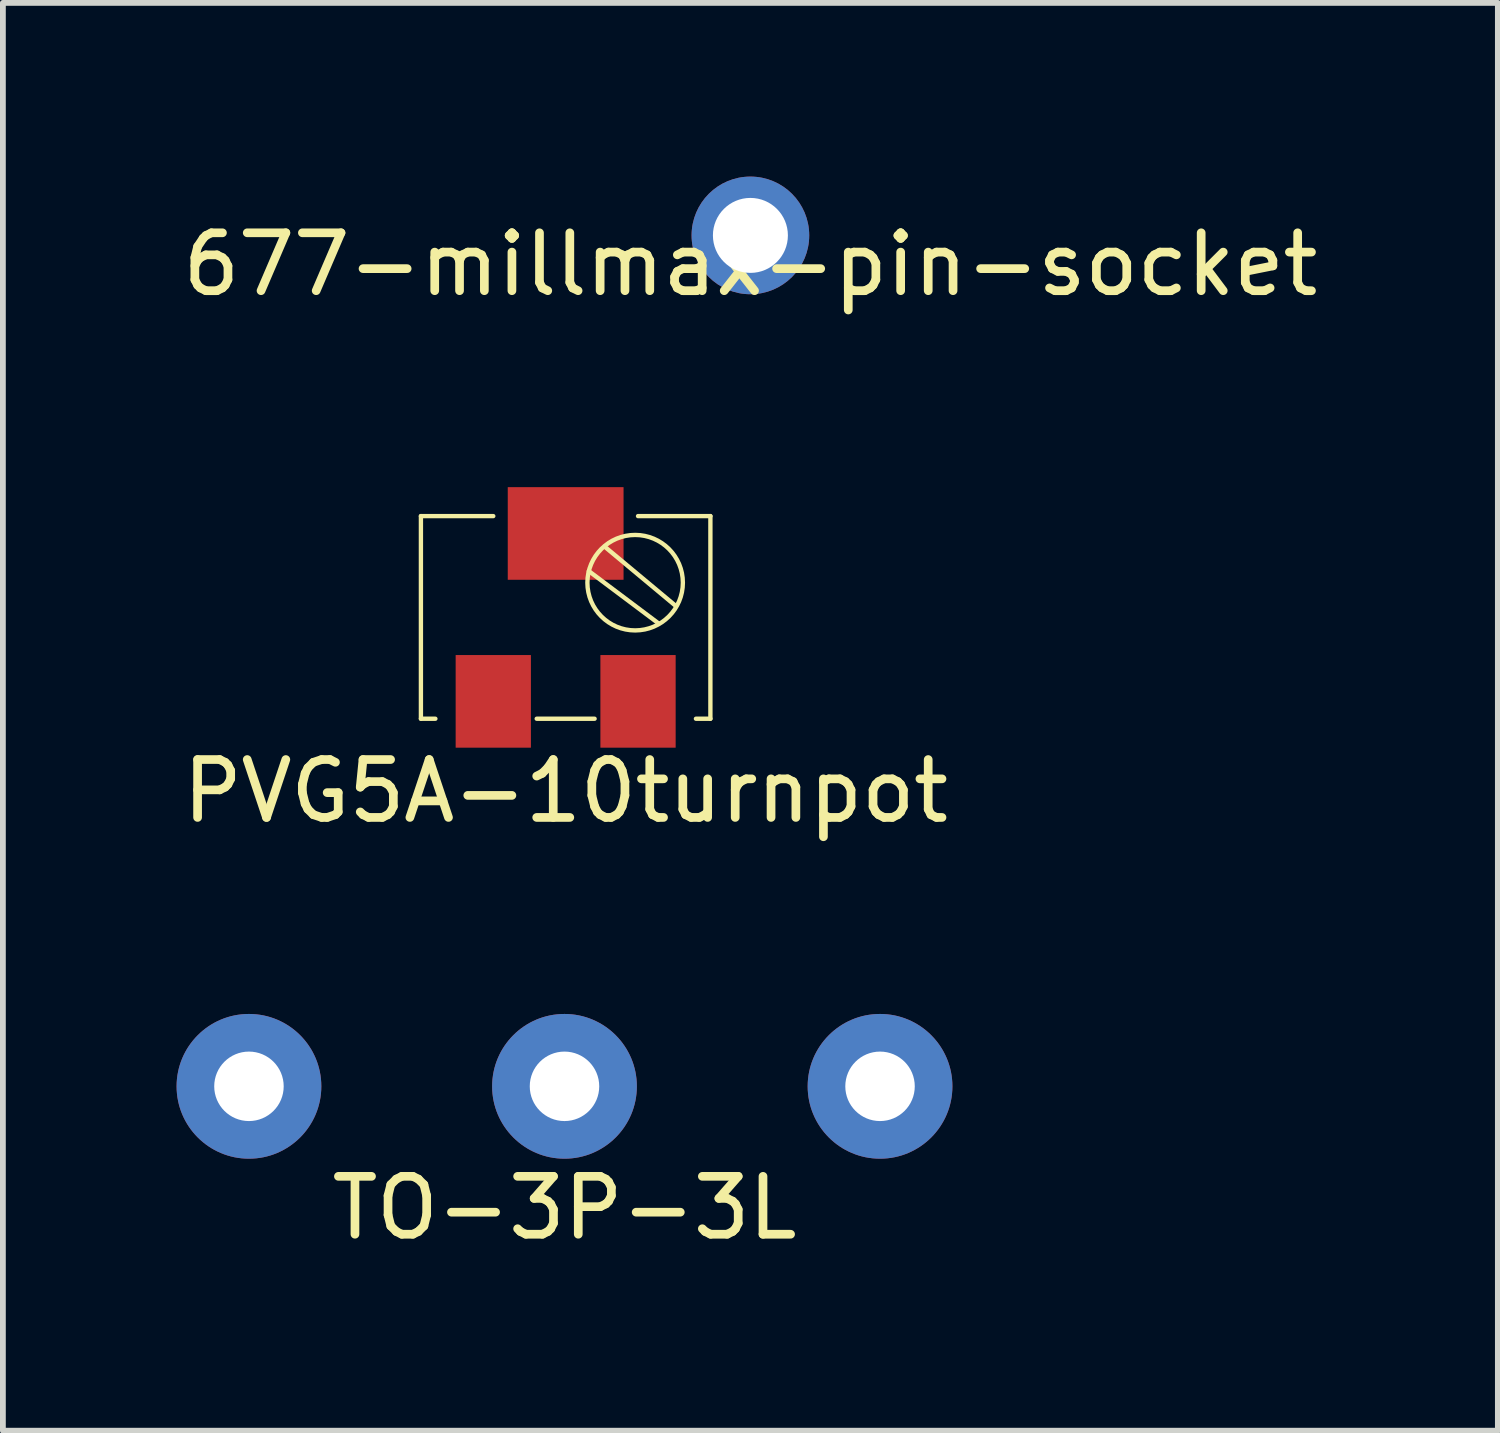
<source format=kicad_pcb>
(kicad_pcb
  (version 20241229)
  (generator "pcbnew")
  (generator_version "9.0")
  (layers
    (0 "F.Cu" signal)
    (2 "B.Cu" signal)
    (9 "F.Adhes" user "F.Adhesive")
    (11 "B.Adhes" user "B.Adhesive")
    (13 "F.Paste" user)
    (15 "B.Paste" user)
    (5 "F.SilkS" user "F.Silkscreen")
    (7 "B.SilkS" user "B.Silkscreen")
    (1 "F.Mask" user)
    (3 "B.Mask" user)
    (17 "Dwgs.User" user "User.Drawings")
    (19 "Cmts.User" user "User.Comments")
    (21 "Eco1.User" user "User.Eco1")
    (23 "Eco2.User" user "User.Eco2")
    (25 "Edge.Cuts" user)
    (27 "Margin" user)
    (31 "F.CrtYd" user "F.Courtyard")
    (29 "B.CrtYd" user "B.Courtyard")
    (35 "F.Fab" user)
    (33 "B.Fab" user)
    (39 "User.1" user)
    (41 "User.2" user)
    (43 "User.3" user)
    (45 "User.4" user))
  (footprint "PVG5A-10turnpot"
    (layer "F.Cu")
    (at 6.72 7.614)
    (property "Reference" "PVG5A-10turnpot" (at 0 3 0) (layer "F.SilkS") (effects (font (size 1 1) (thickness 0.15))))
    (attr through_hole)
    (fp_line (start -2.5 -1.75) (end -2.5 1.75) (stroke (width 0.075) (type solid)) (layer "F.SilkS"))
    (fp_line (start -2.5 1.75) (end -2.25 1.75) (stroke (width 0.075) (type solid)) (layer "F.SilkS"))
    (fp_line (start -1.25 -1.75) (end -2.5 -1.75) (stroke (width 0.075) (type solid)) (layer "F.SilkS"))
    (fp_line (start -0.5 1.75) (end 0.5 1.75) (stroke (width 0.075) (type solid)) (layer "F.SilkS"))
    (fp_line (start 0.4 -0.8) (end 1.6 0.1) (stroke (width 0.075) (type solid)) (layer "F.SilkS"))
    (fp_line (start 0.7 -1.2) (end 1.9 -0.2) (stroke (width 0.075) (type solid)) (layer "F.SilkS"))
    (fp_line (start 2.25 1.75) (end 2.5 1.75) (stroke (width 0.075) (type solid)) (layer "F.SilkS"))
    (fp_line (start 2.5 -1.75) (end 1.25 -1.75) (stroke (width 0.075) (type solid)) (layer "F.SilkS"))
    (fp_line (start 2.5 1.75) (end 2.5 -1.75) (stroke (width 0.075) (type solid)) (layer "F.SilkS"))
    (fp_circle (center 1.2 -0.6) (end 1.4 0.2) (stroke (width 0.075) (type solid)) (fill no) (layer "F.SilkS"))
    (pad "1" smd rect (at -1.25 1.45) (size 1.3 1.6) (layers "F.Cu" "F.Mask" "F.Paste"))
    (pad "2" smd rect (at 0 -1.45) (size 2 1.6) (layers "F.Cu" "F.Mask" "F.Paste"))
    (pad "3" smd rect (at 1.25 1.45) (size 1.3 1.6) (layers "F.Cu" "F.Mask" "F.Paste")))
  (footprint "677-millmax-pin-socket"
    (layer "F.Cu")
    (at 9.911 1.016)
    (property "Reference" "677-millmax-pin-socket" (at 0 0.5 0) (layer "F.SilkS") (effects (font (size 1 1) (thickness 0.15))))
    (attr through_hole)
    (pad "1" thru_hole circle (at 0 0) (size 2.032 2.032) (drill 1.295) (layers "*.Cu" "*.Mask")))
  (footprint "TO-3P-3L"
    (layer "F.Cu")
    (at 6.7 15.713)
    (property "Reference" "TO-3P-3L" (at 0 2.1 0) (layer "F.SilkS") (effects (font (size 1 1) (thickness 0.15))))
    (attr through_hole)
    (pad "1" thru_hole circle (at -5.45 0) (size 2.5 2.5) (drill 1.2) (layers "*.Cu" "*.Mask"))
    (pad "2" thru_hole circle (at 0 0) (size 2.5 2.5) (drill 1.2) (layers "*.Cu" "*.Mask"))
    (pad "3" thru_hole circle (at 5.45 0) (size 2.5 2.5) (drill 1.2) (layers "*.Cu" "*.Mask")))
  (gr_rect
    (start -3 -3)
    (end 22.821 21.661)
    (stroke (width 0.1) (type default))
    (fill no)
    (layer "Edge.Cuts")))
</source>
